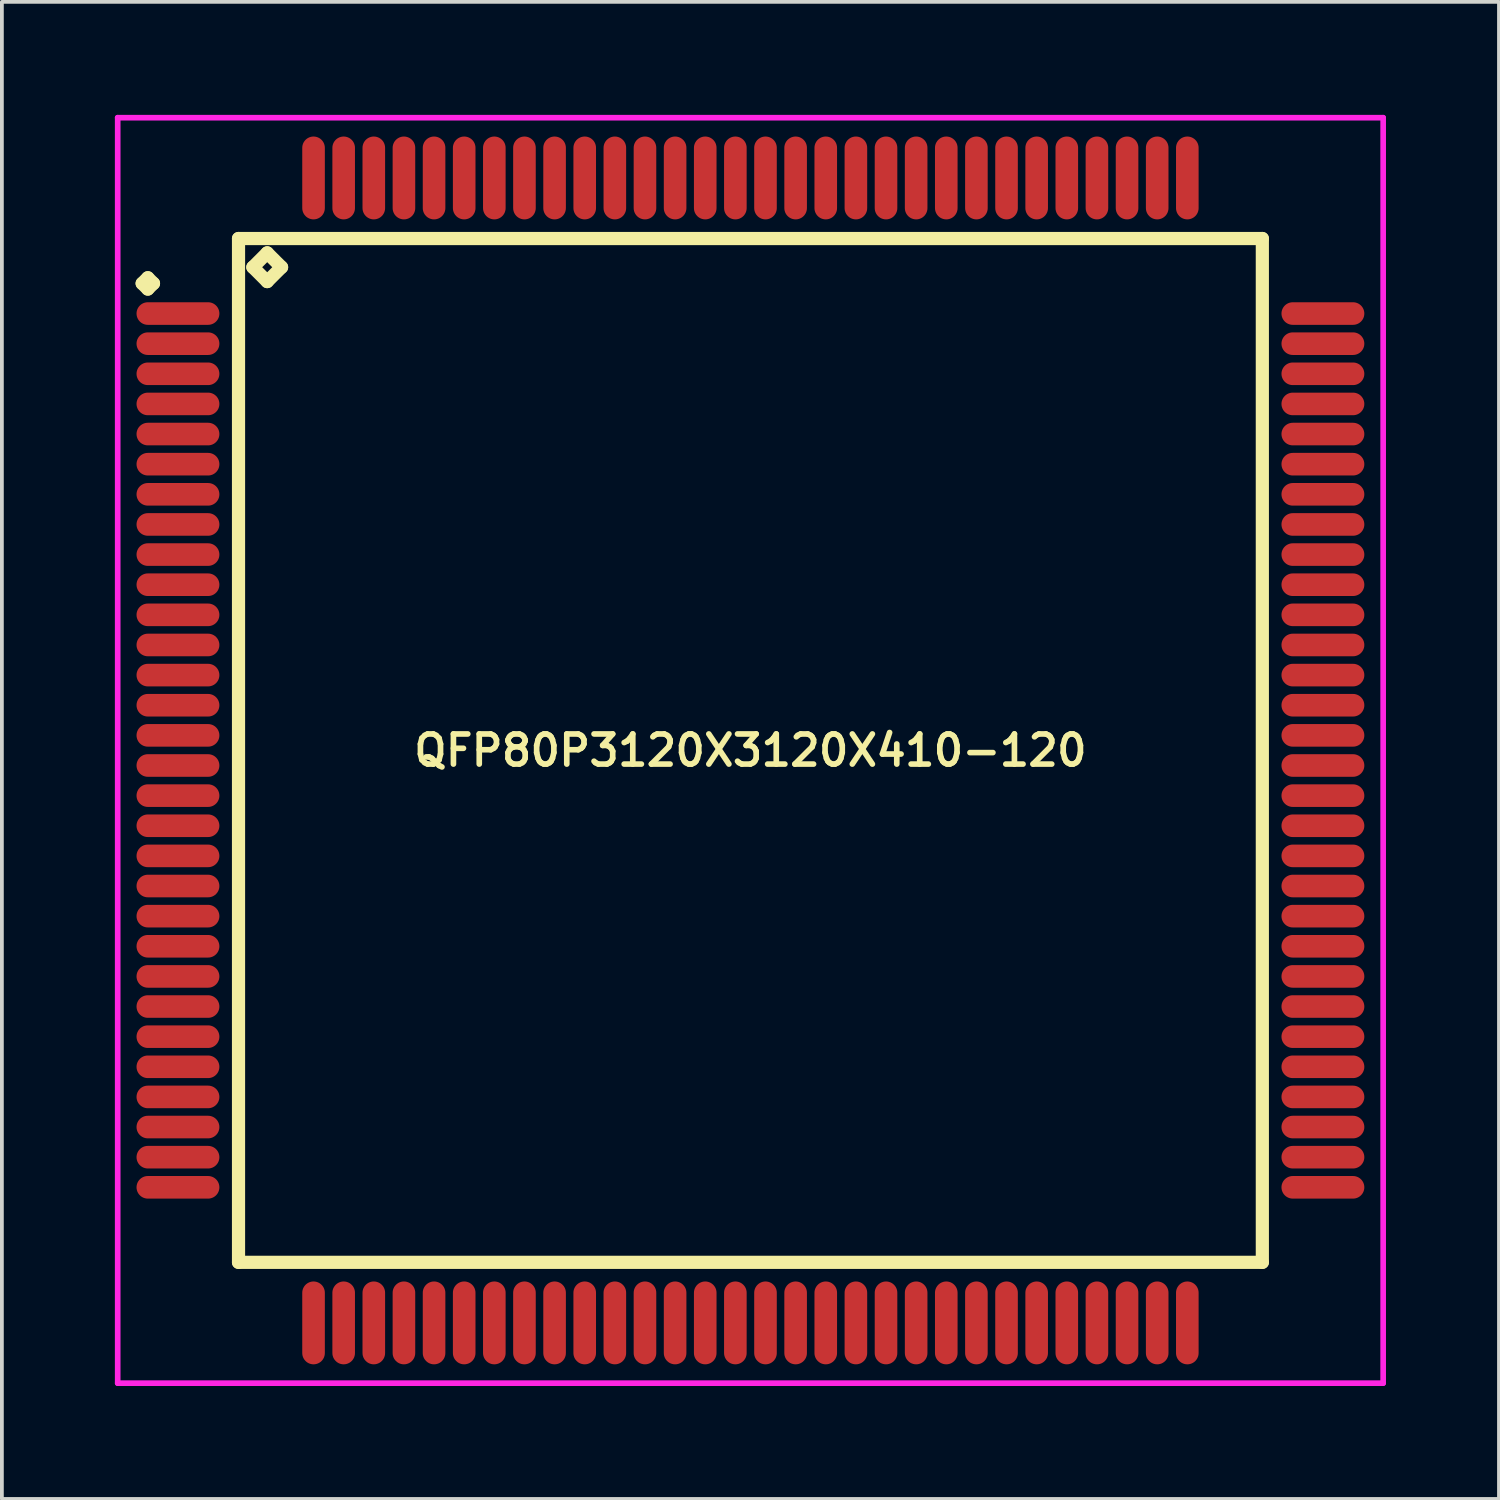
<source format=kicad_pcb>
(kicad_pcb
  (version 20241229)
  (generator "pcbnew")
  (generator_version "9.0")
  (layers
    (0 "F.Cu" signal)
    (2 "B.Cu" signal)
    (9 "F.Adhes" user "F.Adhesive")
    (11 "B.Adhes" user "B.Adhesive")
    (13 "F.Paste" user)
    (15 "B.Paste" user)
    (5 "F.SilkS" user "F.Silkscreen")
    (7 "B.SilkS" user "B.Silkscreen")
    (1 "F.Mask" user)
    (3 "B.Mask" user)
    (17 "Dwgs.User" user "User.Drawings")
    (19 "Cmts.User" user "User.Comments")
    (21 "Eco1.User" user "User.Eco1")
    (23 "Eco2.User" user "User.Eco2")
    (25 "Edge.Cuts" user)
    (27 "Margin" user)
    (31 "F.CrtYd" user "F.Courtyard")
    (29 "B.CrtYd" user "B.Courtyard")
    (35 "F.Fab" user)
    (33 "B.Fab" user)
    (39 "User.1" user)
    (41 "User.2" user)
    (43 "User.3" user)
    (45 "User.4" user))
  (footprint "QFP80P3120X3120X410-120"
    (layer "F.Cu")
    (at 16.875 16.875)
    (property "Reference" "QFP80P3120X3120X410-120" (at 0 0 0) (layer "F.SilkS") (effects (font (size 0.8 0.8) (thickness 0.15))))
    (attr through_hole)
    (fp_line (start -16.15 -12.4) (end -16 -12.55) (stroke (width 0.35) (type solid)) (layer "F.SilkS"))
    (fp_line (start -16 -12.55) (end -15.85 -12.4) (stroke (width 0.35) (type solid)) (layer "F.SilkS"))
    (fp_line (start -16 -12.25) (end -16.15 -12.4) (stroke (width 0.35) (type solid)) (layer "F.SilkS"))
    (fp_line (start -15.85 -12.4) (end -16 -12.25) (stroke (width 0.35) (type solid)) (layer "F.SilkS"))
    (fp_line (start -13.592 -13.592) (end -13.592 13.592) (stroke (width 0.35) (type solid)) (layer "F.SilkS"))
    (fp_line (start -13.592 13.592) (end 13.592 13.592) (stroke (width 0.35) (type solid)) (layer "F.SilkS"))
    (fp_line (start -13.211 -12.83) (end -12.83 -13.211) (stroke (width 0.35) (type solid)) (layer "F.SilkS"))
    (fp_line (start -12.83 -13.211) (end -12.449 -12.83) (stroke (width 0.35) (type solid)) (layer "F.SilkS"))
    (fp_line (start -12.83 -12.449) (end -13.211 -12.83) (stroke (width 0.35) (type solid)) (layer "F.SilkS"))
    (fp_line (start -12.449 -12.83) (end -12.83 -12.449) (stroke (width 0.35) (type solid)) (layer "F.SilkS"))
    (fp_line (start 13.592 -13.592) (end -13.592 -13.592) (stroke (width 0.35) (type solid)) (layer "F.SilkS"))
    (fp_line (start 13.592 13.592) (end 13.592 -13.592) (stroke (width 0.35) (type solid)) (layer "F.SilkS"))
    (fp_line (start -16.8 -16.8) (end 16.8 -16.8) (stroke (width 0.15) (type solid)) (layer "F.CrtYd"))
    (fp_line (start -16.8 16.8) (end -16.8 -16.8) (stroke (width 0.15) (type solid)) (layer "F.CrtYd"))
    (fp_line (start 16.8 -16.8) (end 16.8 16.8) (stroke (width 0.15) (type solid)) (layer "F.CrtYd"))
    (fp_line (start 16.8 16.8) (end -16.8 16.8) (stroke (width 0.15) (type solid)) (layer "F.CrtYd"))
    (pad "1" smd oval (at -15.2 -11.6) (size 2.2 0.6) (layers "F.Cu" "F.Mask" "F.Paste"))
    (pad "2" smd oval (at -15.2 -10.8) (size 2.2 0.6) (layers "F.Cu" "F.Mask" "F.Paste"))
    (pad "3" smd oval (at -15.2 -10) (size 2.2 0.6) (layers "F.Cu" "F.Mask" "F.Paste"))
    (pad "4" smd oval (at -15.2 -9.2) (size 2.2 0.6) (layers "F.Cu" "F.Mask" "F.Paste"))
    (pad "5" smd oval (at -15.2 -8.4) (size 2.2 0.6) (layers "F.Cu" "F.Mask" "F.Paste"))
    (pad "6" smd oval (at -15.2 -7.6) (size 2.2 0.6) (layers "F.Cu" "F.Mask" "F.Paste"))
    (pad "7" smd oval (at -15.2 -6.8) (size 2.2 0.6) (layers "F.Cu" "F.Mask" "F.Paste"))
    (pad "8" smd oval (at -15.2 -6) (size 2.2 0.6) (layers "F.Cu" "F.Mask" "F.Paste"))
    (pad "9" smd oval (at -15.2 -5.2) (size 2.2 0.6) (layers "F.Cu" "F.Mask" "F.Paste"))
    (pad "10" smd oval (at -15.2 -4.4) (size 2.2 0.6) (layers "F.Cu" "F.Mask" "F.Paste"))
    (pad "11" smd oval (at -15.2 -3.6) (size 2.2 0.6) (layers "F.Cu" "F.Mask" "F.Paste"))
    (pad "12" smd oval (at -15.2 -2.8) (size 2.2 0.6) (layers "F.Cu" "F.Mask" "F.Paste"))
    (pad "13" smd oval (at -15.2 -2) (size 2.2 0.6) (layers "F.Cu" "F.Mask" "F.Paste"))
    (pad "14" smd oval (at -15.2 -1.2) (size 2.2 0.6) (layers "F.Cu" "F.Mask" "F.Paste"))
    (pad "15" smd oval (at -15.2 -0.4) (size 2.2 0.6) (layers "F.Cu" "F.Mask" "F.Paste"))
    (pad "16" smd oval (at -15.2 0.4) (size 2.2 0.6) (layers "F.Cu" "F.Mask" "F.Paste"))
    (pad "17" smd oval (at -15.2 1.2) (size 2.2 0.6) (layers "F.Cu" "F.Mask" "F.Paste"))
    (pad "18" smd oval (at -15.2 2) (size 2.2 0.6) (layers "F.Cu" "F.Mask" "F.Paste"))
    (pad "19" smd oval (at -15.2 2.8) (size 2.2 0.6) (layers "F.Cu" "F.Mask" "F.Paste"))
    (pad "20" smd oval (at -15.2 3.6) (size 2.2 0.6) (layers "F.Cu" "F.Mask" "F.Paste"))
    (pad "21" smd oval (at -15.2 4.4) (size 2.2 0.6) (layers "F.Cu" "F.Mask" "F.Paste"))
    (pad "22" smd oval (at -15.2 5.2) (size 2.2 0.6) (layers "F.Cu" "F.Mask" "F.Paste"))
    (pad "23" smd oval (at -15.2 6) (size 2.2 0.6) (layers "F.Cu" "F.Mask" "F.Paste"))
    (pad "24" smd oval (at -15.2 6.8) (size 2.2 0.6) (layers "F.Cu" "F.Mask" "F.Paste"))
    (pad "25" smd oval (at -15.2 7.6) (size 2.2 0.6) (layers "F.Cu" "F.Mask" "F.Paste"))
    (pad "26" smd oval (at -15.2 8.4) (size 2.2 0.6) (layers "F.Cu" "F.Mask" "F.Paste"))
    (pad "27" smd oval (at -15.2 9.2) (size 2.2 0.6) (layers "F.Cu" "F.Mask" "F.Paste"))
    (pad "28" smd oval (at -15.2 10) (size 2.2 0.6) (layers "F.Cu" "F.Mask" "F.Paste"))
    (pad "29" smd oval (at -15.2 10.8) (size 2.2 0.6) (layers "F.Cu" "F.Mask" "F.Paste"))
    (pad "30" smd oval (at -15.2 11.6) (size 2.2 0.6) (layers "F.Cu" "F.Mask" "F.Paste"))
    (pad "31" smd oval (at -11.6 15.2) (size 0.6 2.2) (layers "F.Cu" "F.Mask" "F.Paste"))
    (pad "32" smd oval (at -10.8 15.2) (size 0.6 2.2) (layers "F.Cu" "F.Mask" "F.Paste"))
    (pad "33" smd oval (at -10 15.2) (size 0.6 2.2) (layers "F.Cu" "F.Mask" "F.Paste"))
    (pad "34" smd oval (at -9.2 15.2) (size 0.6 2.2) (layers "F.Cu" "F.Mask" "F.Paste"))
    (pad "35" smd oval (at -8.4 15.2) (size 0.6 2.2) (layers "F.Cu" "F.Mask" "F.Paste"))
    (pad "36" smd oval (at -7.6 15.2) (size 0.6 2.2) (layers "F.Cu" "F.Mask" "F.Paste"))
    (pad "37" smd oval (at -6.8 15.2) (size 0.6 2.2) (layers "F.Cu" "F.Mask" "F.Paste"))
    (pad "38" smd oval (at -6 15.2) (size 0.6 2.2) (layers "F.Cu" "F.Mask" "F.Paste"))
    (pad "39" smd oval (at -5.2 15.2) (size 0.6 2.2) (layers "F.Cu" "F.Mask" "F.Paste"))
    (pad "40" smd oval (at -4.4 15.2) (size 0.6 2.2) (layers "F.Cu" "F.Mask" "F.Paste"))
    (pad "41" smd oval (at -3.6 15.2) (size 0.6 2.2) (layers "F.Cu" "F.Mask" "F.Paste"))
    (pad "42" smd oval (at -2.8 15.2) (size 0.6 2.2) (layers "F.Cu" "F.Mask" "F.Paste"))
    (pad "43" smd oval (at -2 15.2) (size 0.6 2.2) (layers "F.Cu" "F.Mask" "F.Paste"))
    (pad "44" smd oval (at -1.2 15.2) (size 0.6 2.2) (layers "F.Cu" "F.Mask" "F.Paste"))
    (pad "45" smd oval (at -0.4 15.2) (size 0.6 2.2) (layers "F.Cu" "F.Mask" "F.Paste"))
    (pad "46" smd oval (at 0.4 15.2) (size 0.6 2.2) (layers "F.Cu" "F.Mask" "F.Paste"))
    (pad "47" smd oval (at 1.2 15.2) (size 0.6 2.2) (layers "F.Cu" "F.Mask" "F.Paste"))
    (pad "48" smd oval (at 2 15.2) (size 0.6 2.2) (layers "F.Cu" "F.Mask" "F.Paste"))
    (pad "49" smd oval (at 2.8 15.2) (size 0.6 2.2) (layers "F.Cu" "F.Mask" "F.Paste"))
    (pad "50" smd oval (at 3.6 15.2) (size 0.6 2.2) (layers "F.Cu" "F.Mask" "F.Paste"))
    (pad "51" smd oval (at 4.4 15.2) (size 0.6 2.2) (layers "F.Cu" "F.Mask" "F.Paste"))
    (pad "52" smd oval (at 5.2 15.2) (size 0.6 2.2) (layers "F.Cu" "F.Mask" "F.Paste"))
    (pad "53" smd oval (at 6 15.2) (size 0.6 2.2) (layers "F.Cu" "F.Mask" "F.Paste"))
    (pad "54" smd oval (at 6.8 15.2) (size 0.6 2.2) (layers "F.Cu" "F.Mask" "F.Paste"))
    (pad "55" smd oval (at 7.6 15.2) (size 0.6 2.2) (layers "F.Cu" "F.Mask" "F.Paste"))
    (pad "56" smd oval (at 8.4 15.2) (size 0.6 2.2) (layers "F.Cu" "F.Mask" "F.Paste"))
    (pad "57" smd oval (at 9.2 15.2) (size 0.6 2.2) (layers "F.Cu" "F.Mask" "F.Paste"))
    (pad "58" smd oval (at 10 15.2) (size 0.6 2.2) (layers "F.Cu" "F.Mask" "F.Paste"))
    (pad "59" smd oval (at 10.8 15.2) (size 0.6 2.2) (layers "F.Cu" "F.Mask" "F.Paste"))
    (pad "60" smd oval (at 11.6 15.2) (size 0.6 2.2) (layers "F.Cu" "F.Mask" "F.Paste"))
    (pad "61" smd oval (at 15.2 11.6) (size 2.2 0.6) (layers "F.Cu" "F.Mask" "F.Paste"))
    (pad "62" smd oval (at 15.2 10.8) (size 2.2 0.6) (layers "F.Cu" "F.Mask" "F.Paste"))
    (pad "63" smd oval (at 15.2 10) (size 2.2 0.6) (layers "F.Cu" "F.Mask" "F.Paste"))
    (pad "64" smd oval (at 15.2 9.2) (size 2.2 0.6) (layers "F.Cu" "F.Mask" "F.Paste"))
    (pad "65" smd oval (at 15.2 8.4) (size 2.2 0.6) (layers "F.Cu" "F.Mask" "F.Paste"))
    (pad "66" smd oval (at 15.2 7.6) (size 2.2 0.6) (layers "F.Cu" "F.Mask" "F.Paste"))
    (pad "67" smd oval (at 15.2 6.8) (size 2.2 0.6) (layers "F.Cu" "F.Mask" "F.Paste"))
    (pad "68" smd oval (at 15.2 6) (size 2.2 0.6) (layers "F.Cu" "F.Mask" "F.Paste"))
    (pad "69" smd oval (at 15.2 5.2) (size 2.2 0.6) (layers "F.Cu" "F.Mask" "F.Paste"))
    (pad "70" smd oval (at 15.2 4.4) (size 2.2 0.6) (layers "F.Cu" "F.Mask" "F.Paste"))
    (pad "71" smd oval (at 15.2 3.6) (size 2.2 0.6) (layers "F.Cu" "F.Mask" "F.Paste"))
    (pad "72" smd oval (at 15.2 2.8) (size 2.2 0.6) (layers "F.Cu" "F.Mask" "F.Paste"))
    (pad "73" smd oval (at 15.2 2) (size 2.2 0.6) (layers "F.Cu" "F.Mask" "F.Paste"))
    (pad "74" smd oval (at 15.2 1.2) (size 2.2 0.6) (layers "F.Cu" "F.Mask" "F.Paste"))
    (pad "75" smd oval (at 15.2 0.4) (size 2.2 0.6) (layers "F.Cu" "F.Mask" "F.Paste"))
    (pad "76" smd oval (at 15.2 -0.4) (size 2.2 0.6) (layers "F.Cu" "F.Mask" "F.Paste"))
    (pad "77" smd oval (at 15.2 -1.2) (size 2.2 0.6) (layers "F.Cu" "F.Mask" "F.Paste"))
    (pad "78" smd oval (at 15.2 -2) (size 2.2 0.6) (layers "F.Cu" "F.Mask" "F.Paste"))
    (pad "79" smd oval (at 15.2 -2.8) (size 2.2 0.6) (layers "F.Cu" "F.Mask" "F.Paste"))
    (pad "80" smd oval (at 15.2 -3.6) (size 2.2 0.6) (layers "F.Cu" "F.Mask" "F.Paste"))
    (pad "81" smd oval (at 15.2 -4.4) (size 2.2 0.6) (layers "F.Cu" "F.Mask" "F.Paste"))
    (pad "82" smd oval (at 15.2 -5.2) (size 2.2 0.6) (layers "F.Cu" "F.Mask" "F.Paste"))
    (pad "83" smd oval (at 15.2 -6) (size 2.2 0.6) (layers "F.Cu" "F.Mask" "F.Paste"))
    (pad "84" smd oval (at 15.2 -6.8) (size 2.2 0.6) (layers "F.Cu" "F.Mask" "F.Paste"))
    (pad "85" smd oval (at 15.2 -7.6) (size 2.2 0.6) (layers "F.Cu" "F.Mask" "F.Paste"))
    (pad "86" smd oval (at 15.2 -8.4) (size 2.2 0.6) (layers "F.Cu" "F.Mask" "F.Paste"))
    (pad "87" smd oval (at 15.2 -9.2) (size 2.2 0.6) (layers "F.Cu" "F.Mask" "F.Paste"))
    (pad "88" smd oval (at 15.2 -10) (size 2.2 0.6) (layers "F.Cu" "F.Mask" "F.Paste"))
    (pad "89" smd oval (at 15.2 -10.8) (size 2.2 0.6) (layers "F.Cu" "F.Mask" "F.Paste"))
    (pad "90" smd oval (at 15.2 -11.6) (size 2.2 0.6) (layers "F.Cu" "F.Mask" "F.Paste"))
    (pad "91" smd oval (at 11.6 -15.2) (size 0.6 2.2) (layers "F.Cu" "F.Mask" "F.Paste"))
    (pad "92" smd oval (at 10.8 -15.2) (size 0.6 2.2) (layers "F.Cu" "F.Mask" "F.Paste"))
    (pad "93" smd oval (at 10 -15.2) (size 0.6 2.2) (layers "F.Cu" "F.Mask" "F.Paste"))
    (pad "94" smd oval (at 9.2 -15.2) (size 0.6 2.2) (layers "F.Cu" "F.Mask" "F.Paste"))
    (pad "95" smd oval (at 8.4 -15.2) (size 0.6 2.2) (layers "F.Cu" "F.Mask" "F.Paste"))
    (pad "96" smd oval (at 7.6 -15.2) (size 0.6 2.2) (layers "F.Cu" "F.Mask" "F.Paste"))
    (pad "97" smd oval (at 6.8 -15.2) (size 0.6 2.2) (layers "F.Cu" "F.Mask" "F.Paste"))
    (pad "98" smd oval (at 6 -15.2) (size 0.6 2.2) (layers "F.Cu" "F.Mask" "F.Paste"))
    (pad "99" smd oval (at 5.2 -15.2) (size 0.6 2.2) (layers "F.Cu" "F.Mask" "F.Paste"))
    (pad "100" smd oval (at 4.4 -15.2) (size 0.6 2.2) (layers "F.Cu" "F.Mask" "F.Paste"))
    (pad "101" smd oval (at 3.6 -15.2) (size 0.6 2.2) (layers "F.Cu" "F.Mask" "F.Paste"))
    (pad "102" smd oval (at 2.8 -15.2) (size 0.6 2.2) (layers "F.Cu" "F.Mask" "F.Paste"))
    (pad "103" smd oval (at 2 -15.2) (size 0.6 2.2) (layers "F.Cu" "F.Mask" "F.Paste"))
    (pad "104" smd oval (at 1.2 -15.2) (size 0.6 2.2) (layers "F.Cu" "F.Mask" "F.Paste"))
    (pad "105" smd oval (at 0.4 -15.2) (size 0.6 2.2) (layers "F.Cu" "F.Mask" "F.Paste"))
    (pad "106" smd oval (at -0.4 -15.2) (size 0.6 2.2) (layers "F.Cu" "F.Mask" "F.Paste"))
    (pad "107" smd oval (at -1.2 -15.2) (size 0.6 2.2) (layers "F.Cu" "F.Mask" "F.Paste"))
    (pad "108" smd oval (at -2 -15.2) (size 0.6 2.2) (layers "F.Cu" "F.Mask" "F.Paste"))
    (pad "109" smd oval (at -2.8 -15.2) (size 0.6 2.2) (layers "F.Cu" "F.Mask" "F.Paste"))
    (pad "110" smd oval (at -3.6 -15.2) (size 0.6 2.2) (layers "F.Cu" "F.Mask" "F.Paste"))
    (pad "111" smd oval (at -4.4 -15.2) (size 0.6 2.2) (layers "F.Cu" "F.Mask" "F.Paste"))
    (pad "112" smd oval (at -5.2 -15.2) (size 0.6 2.2) (layers "F.Cu" "F.Mask" "F.Paste"))
    (pad "113" smd oval (at -6 -15.2) (size 0.6 2.2) (layers "F.Cu" "F.Mask" "F.Paste"))
    (pad "114" smd oval (at -6.8 -15.2) (size 0.6 2.2) (layers "F.Cu" "F.Mask" "F.Paste"))
    (pad "115" smd oval (at -7.6 -15.2) (size 0.6 2.2) (layers "F.Cu" "F.Mask" "F.Paste"))
    (pad "116" smd oval (at -8.4 -15.2) (size 0.6 2.2) (layers "F.Cu" "F.Mask" "F.Paste"))
    (pad "117" smd oval (at -9.2 -15.2) (size 0.6 2.2) (layers "F.Cu" "F.Mask" "F.Paste"))
    (pad "118" smd oval (at -10 -15.2) (size 0.6 2.2) (layers "F.Cu" "F.Mask" "F.Paste"))
    (pad "119" smd oval (at -10.8 -15.2) (size 0.6 2.2) (layers "F.Cu" "F.Mask" "F.Paste"))
    (pad "120" smd oval (at -11.6 -15.2) (size 0.6 2.2) (layers "F.Cu" "F.Mask" "F.Paste")))
  (gr_rect
    (start -3 -3)
    (end 36.75 36.75)
    (stroke (width 0.1) (type default))
    (fill no)
    (layer "Edge.Cuts")))
</source>
